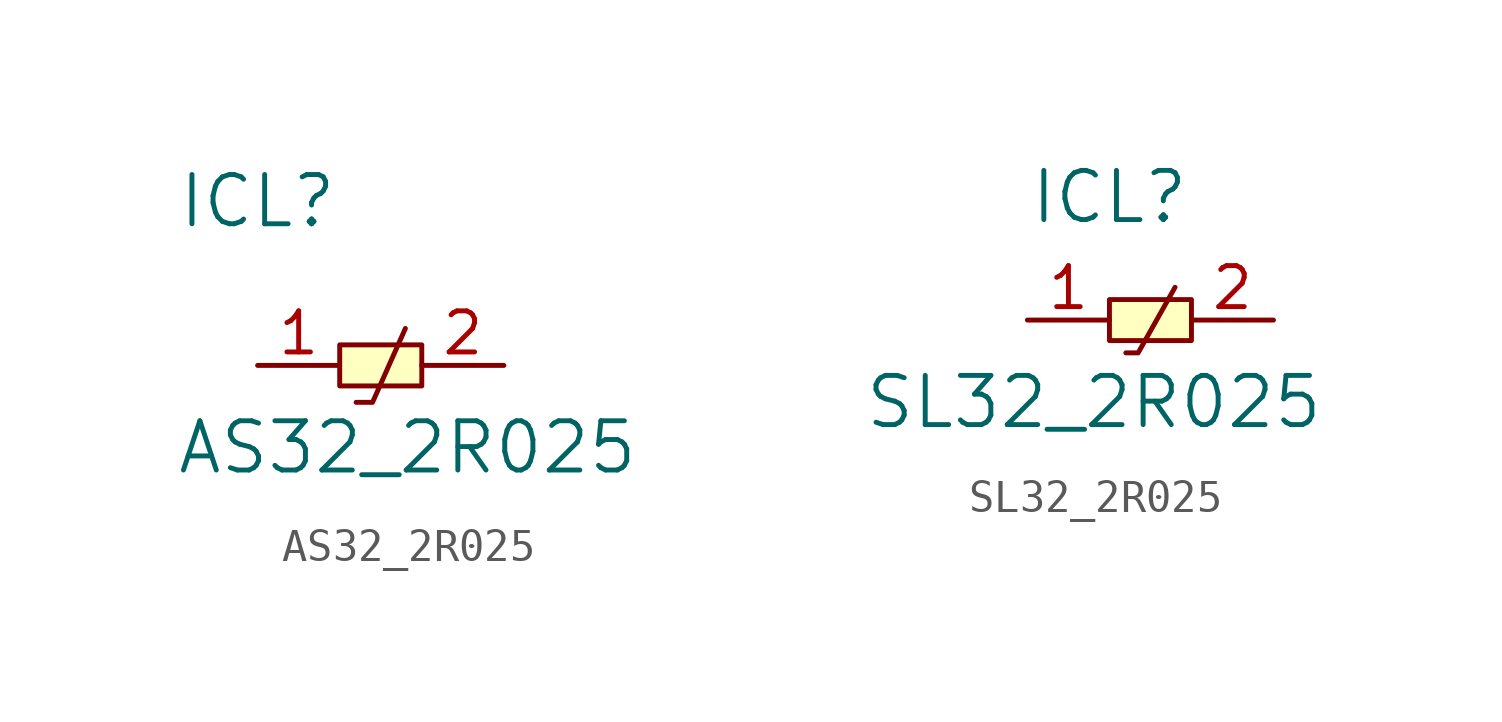
<source format=kicad_sym>
(kicad_symbol_lib
  (version 20231120)
  (generator "kicad_symbol_editor")
  (generator_version "8.0")
  (symbol "AS32_2R025"
    (pin_names
      (offset 1.016))
    (property "Reference" "ICL"
      (at -2.54 5.08 0)
      (effects (font (size 1.524 1.524))))
    (property "Value" "AS32_2R025"
      (at -5.08 -2.54 0)
      (effects (font (size 1.524 1.524)) (justify left)))
    (symbol "AS32_2R025_0_1"
      (polyline (pts (xy 0.508 -1.143) (xy 1.016 -1.143) (xy 2.032 1.143)) (stroke (width 0) (type default)) (fill (type none)))
      (rectangle (start 2.54 -0.635) (end 0 0.635) (stroke (width 0) (type default)) (fill (type background))))
    (symbol "AS32_2R025_1_1"
      (pin power_in line (at -2.54 0 0) (length 2.54) (name "~" (effects (font (size 1.27 1.27)))) (number "1" (effects (font (size 1.27 1.27)))))
      (pin power_in line (at 5.08 0 180) (length 2.54) (name "~" (effects (font (size 1.27 1.27)))) (number "2" (effects (font (size 1.27 1.27)))))))
  (symbol "SL32_2R025"
    (pin_names
      (offset 1.016))
    (property "Reference" "ICL"
      (at 0 3.81 0)
      (effects (font (size 1.524 1.524))))
    (property "Value" "SL32_2R025"
      (at -7.62 -2.54 0)
      (effects (font (size 1.524 1.524)) (justify left)))
    (symbol "SL32_2R025_0_1"
      (polyline (pts (xy 0.508 -1.016) (xy 0.889 -1.016) (xy 2.032 1.016)) (stroke (width 0) (type default)) (fill (type none)))
      (rectangle (start 0 0.635) (end 2.54 -0.635) (stroke (width 0) (type default)) (fill (type background))))
    (symbol "SL32_2R025_1_1"
      (pin power_in line (at -2.54 0 0) (length 2.54) (name "~" (effects (font (size 1.27 1.27)))) (number "1" (effects (font (size 1.27 1.27)))))
      (pin power_in line (at 5.08 0 180) (length 2.54) (name "~" (effects (font (size 1.27 1.27)))) (number "2" (effects (font (size 1.27 1.27))))))))
</source>
